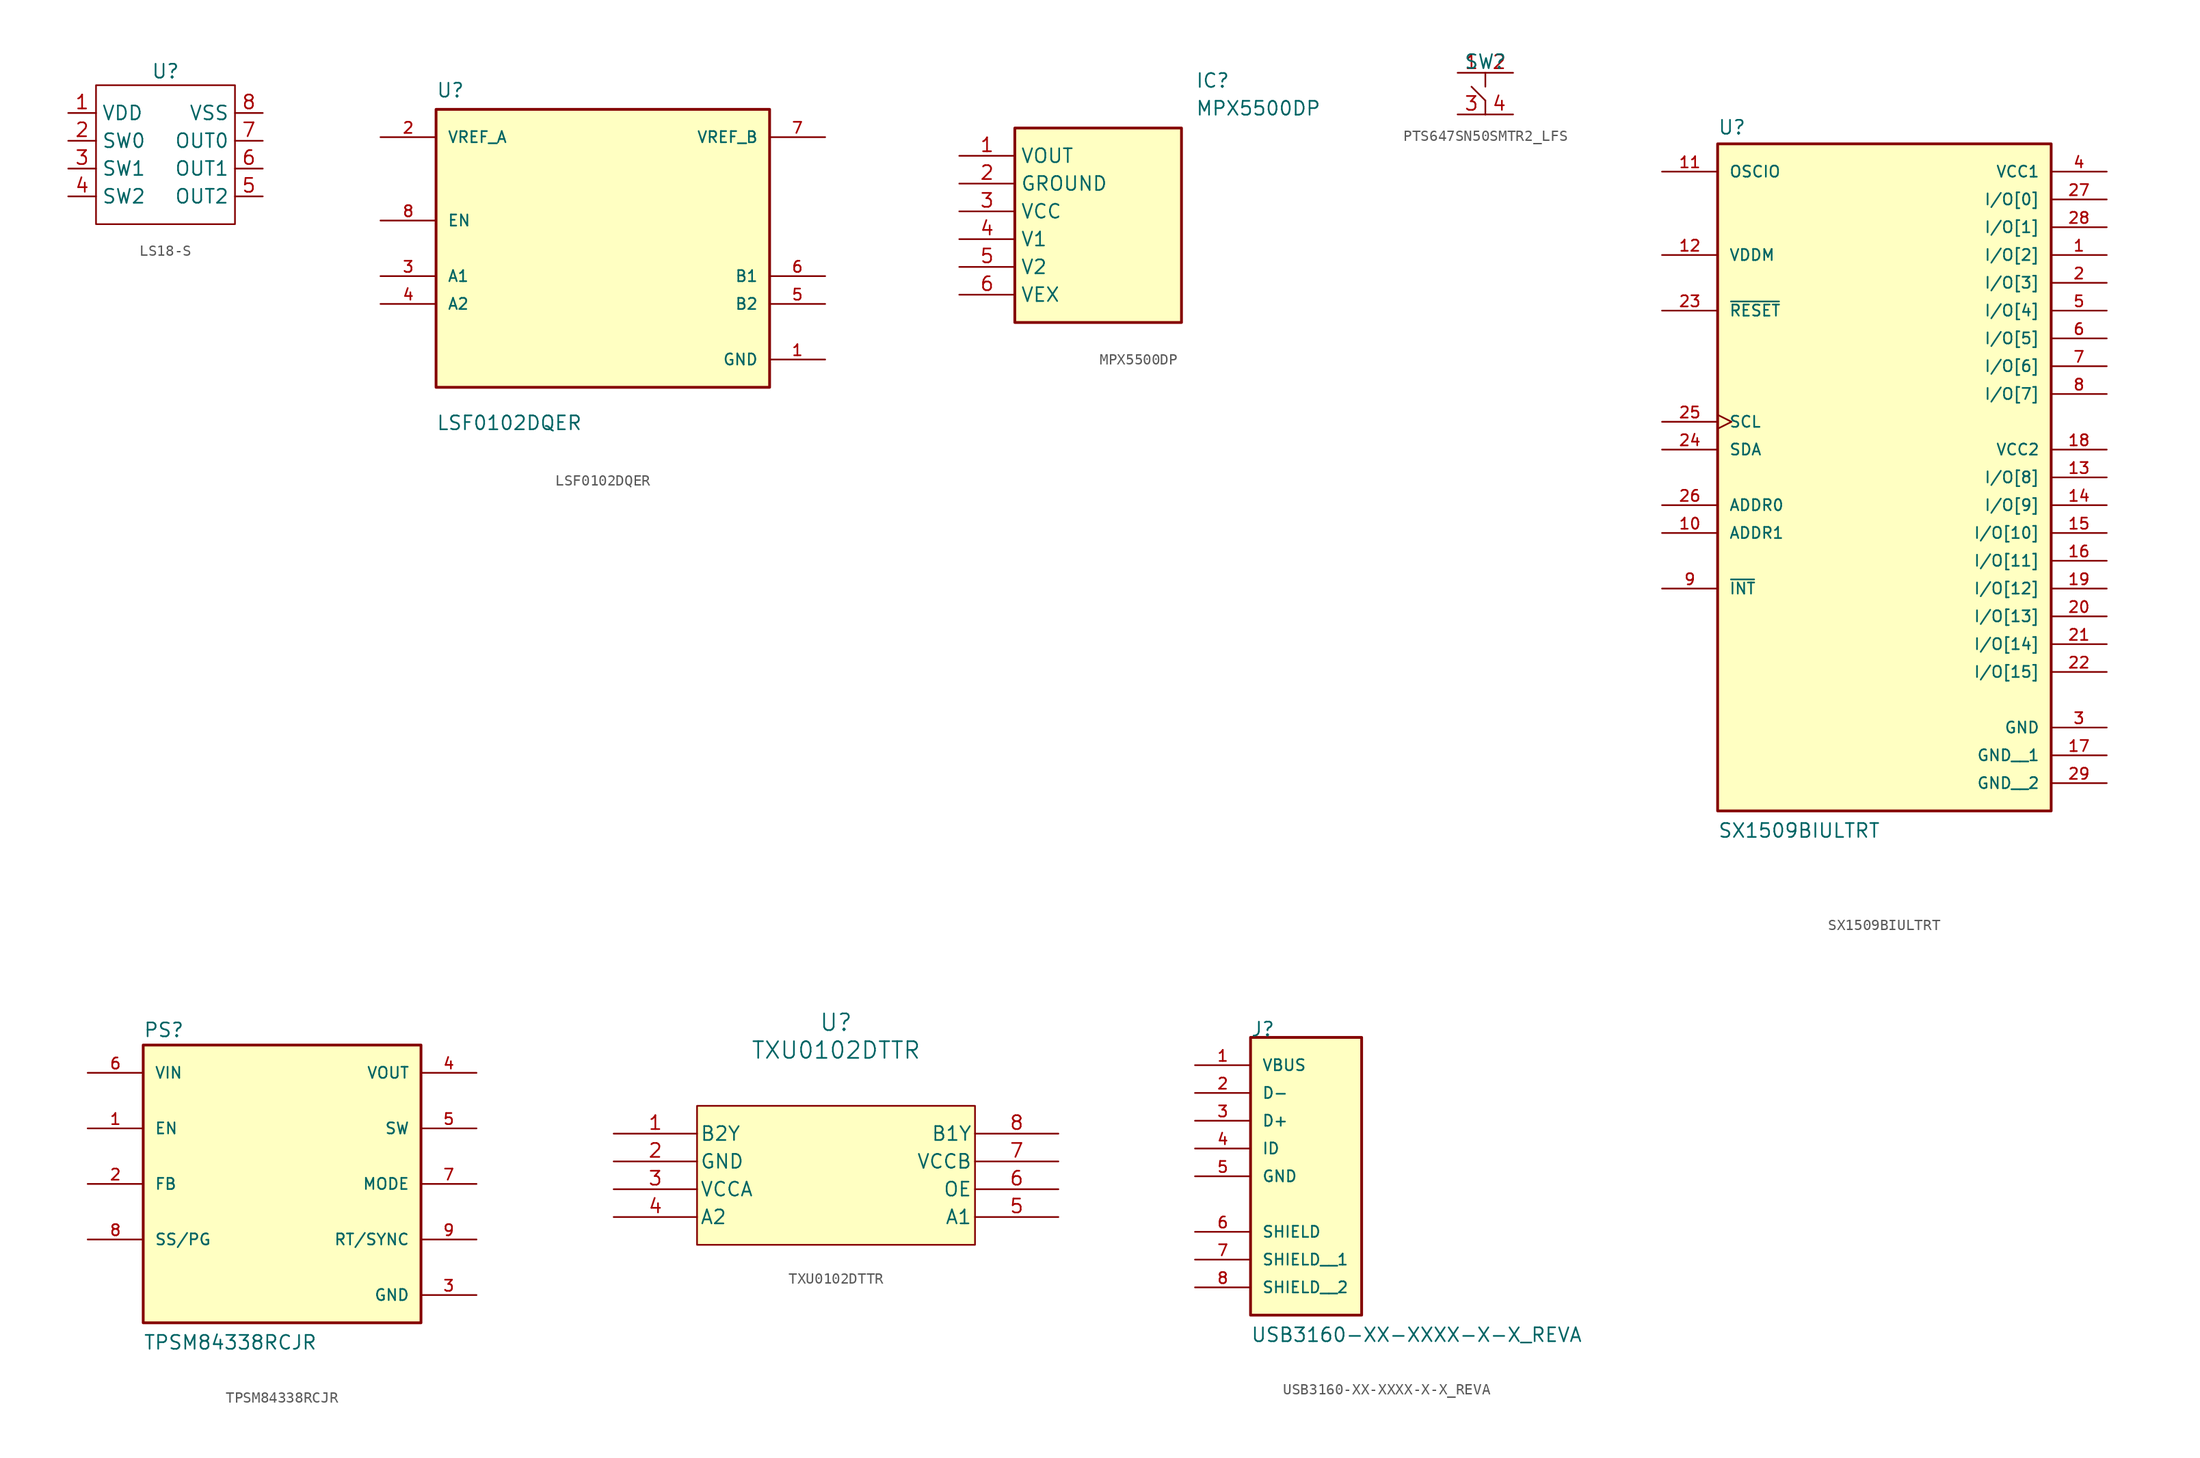
<source format=kicad_sym>
(kicad_symbol_lib
  (version 20241209)
  (generator "kicad_symbol_editor")
  (generator_version "9.0")
  (symbol "LS18-S"
    (property "Reference" "U"
      (at 0 7.62 0)
      (effects (font (size 1.27 1.27))))
    (property "Value" ""
      (at -3.81 1.27 0)
      (effects (font (size 1.27 1.27))))
    (symbol "LS18-S_0_1"
      (rectangle (start -6.35 6.35) (end 6.35 -6.35) (stroke (width 0) (type default)) (fill (type none))))
    (symbol "LS18-S_1_1"
      (pin power_in line (at -8.89 3.81 0) (length 2.54) (name "VDD" (effects (font (size 1.27 1.27)))) (number "1" (effects (font (size 1.27 1.27)))))
      (pin input line (at -8.89 1.27 0) (length 2.54) (name "SW0" (effects (font (size 1.27 1.27)))) (number "2" (effects (font (size 1.27 1.27)))))
      (pin input line (at -8.89 -1.27 0) (length 2.54) (name "SW1" (effects (font (size 1.27 1.27)))) (number "3" (effects (font (size 1.27 1.27)))))
      (pin input line (at -8.89 -3.81 0) (length 2.54) (name "SW2" (effects (font (size 1.27 1.27)))) (number "4" (effects (font (size 1.27 1.27)))))
      (pin power_in line (at 8.89 3.81 180) (length 2.54) (name "VSS" (effects (font (size 1.27 1.27)))) (number "8" (effects (font (size 1.27 1.27)))))
      (pin output line (at 8.89 1.27 180) (length 2.54) (name "OUT0" (effects (font (size 1.27 1.27)))) (number "7" (effects (font (size 1.27 1.27)))))
      (pin output line (at 8.89 -1.27 180) (length 2.54) (name "OUT1" (effects (font (size 1.27 1.27)))) (number "6" (effects (font (size 1.27 1.27)))))
      (pin power_out line (at 8.89 -3.81 180) (length 2.54) (name "OUT2" (effects (font (size 1.27 1.27)))) (number "5" (effects (font (size 1.27 1.27)))))))
  (symbol "LSF0102DQER"
    (pin_names
      (offset 1.016))
    (property "Reference" "U"
      (at -15.24 13.7 0)
      (effects (font (size 1.27 1.27)) (justify left bottom)))
    (property "Value" "LSF0102DQER"
      (at -15.24 -16.7 0)
      (effects (font (size 1.27 1.27)) (justify left bottom)))
    (symbol "LSF0102DQER_0_0"
      (rectangle (start -15.24 -12.7) (end 15.24 12.7) (stroke (width 0.254) (type default)) (fill (type background)))
      (pin input line (at -20.32 10.16 0) (length 5.08) (name "VREF_A" (effects (font (size 1.016 1.016)))) (number "2" (effects (font (size 1.016 1.016)))))
      (pin input line (at -20.32 2.54 0) (length 5.08) (name "EN" (effects (font (size 1.016 1.016)))) (number "8" (effects (font (size 1.016 1.016)))))
      (pin bidirectional line (at -20.32 -2.54 0) (length 5.08) (name "A1" (effects (font (size 1.016 1.016)))) (number "3" (effects (font (size 1.016 1.016)))))
      (pin bidirectional line (at -20.32 -5.08 0) (length 5.08) (name "A2" (effects (font (size 1.016 1.016)))) (number "4" (effects (font (size 1.016 1.016)))))
      (pin input line (at 20.32 10.16 180) (length 5.08) (name "VREF_B" (effects (font (size 1.016 1.016)))) (number "7" (effects (font (size 1.016 1.016)))))
      (pin bidirectional line (at 20.32 -2.54 180) (length 5.08) (name "B1" (effects (font (size 1.016 1.016)))) (number "6" (effects (font (size 1.016 1.016)))))
      (pin bidirectional line (at 20.32 -5.08 180) (length 5.08) (name "B2" (effects (font (size 1.016 1.016)))) (number "5" (effects (font (size 1.016 1.016)))))
      (pin power_in line (at 20.32 -10.16 180) (length 5.08) (name "GND" (effects (font (size 1.016 1.016)))) (number "1" (effects (font (size 1.016 1.016)))))))
  (symbol "MPX5500DP"
    (property "Reference" "IC"
      (at 21.59 7.62 0)
      (effects (font (size 1.27 1.27)) (justify left top)))
    (property "Value" "MPX5500DP"
      (at 21.59 5.08 0)
      (effects (font (size 1.27 1.27)) (justify left top)))
    (symbol "MPX5500DP_1_1"
      (rectangle (start 5.08 2.54) (end 20.32 -15.24) (stroke (width 0.254) (type default)) (fill (type background)))
      (pin passive line (at 0 0 0) (length 5.08) (name "VOUT" (effects (font (size 1.27 1.27)))) (number "1" (effects (font (size 1.27 1.27)))))
      (pin passive line (at 0 -2.54 0) (length 5.08) (name "GROUND" (effects (font (size 1.27 1.27)))) (number "2" (effects (font (size 1.27 1.27)))))
      (pin passive line (at 0 -5.08 0) (length 5.08) (name "VCC" (effects (font (size 1.27 1.27)))) (number "3" (effects (font (size 1.27 1.27)))))
      (pin passive line (at 0 -7.62 0) (length 5.08) (name "V1" (effects (font (size 1.27 1.27)))) (number "4" (effects (font (size 1.27 1.27)))))
      (pin passive line (at 0 -10.16 0) (length 5.08) (name "V2" (effects (font (size 1.27 1.27)))) (number "5" (effects (font (size 1.27 1.27)))))
      (pin passive line (at 0 -12.7 0) (length 5.08) (name "VEX" (effects (font (size 1.27 1.27)))) (number "6" (effects (font (size 1.27 1.27)))))))
  (symbol "PTS647SN50SMTR2_LFS"
    (property "Reference" "SW"
      (at 0 1.016 0)
      (effects (font (size 1.27 1.27))))
    (property "Value" ""
      (at 0 0 0)
      (effects (font (size 1.27 1.27))))
    (symbol "PTS647SN50SMTR2_LFS_0_1"
      (polyline (pts (xy -1.27 -1.27) (xy 0 -2.54)) (stroke (width 0) (type default)) (fill (type none)))
      (polyline (pts (xy 0 0) (xy 0 -1.27)) (stroke (width 0) (type default)) (fill (type none)))
      (polyline (pts (xy 0 -2.54) (xy 0 -3.81)) (stroke (width 0) (type default)) (fill (type none))))
    (symbol "PTS647SN50SMTR2_LFS_1_1"
      (pin input line (at -2.54 0 0) (length 2.54) (name "" (effects (font (size 1.27 1.27)))) (number "1" (effects (font (size 1.27 1.27)))))
      (pin input line (at -2.54 -3.81 0) (length 2.54) (name "" (effects (font (size 1.27 1.27)))) (number "3" (effects (font (size 1.27 1.27)))))
      (pin input line (at 2.54 0 180) (length 2.54) (name "" (effects (font (size 1.27 1.27)))) (number "2" (effects (font (size 1.27 1.27)))))
      (pin input line (at 2.54 -3.81 180) (length 2.54) (name "" (effects (font (size 1.27 1.27)))) (number "4" (effects (font (size 1.27 1.27)))))))
  (symbol "SX1509BIULTRT"
    (pin_names
      (offset 1.016))
    (property "Reference" "U"
      (at -15.24 28.702 0)
      (effects (font (size 1.27 1.27)) (justify left bottom)))
    (property "Value" "SX1509BIULTRT"
      (at -15.24 -35.56 0)
      (effects (font (size 1.27 1.27)) (justify left bottom)))
    (symbol "SX1509BIULTRT_0_0"
      (rectangle (start -15.24 -33.02) (end 15.24 27.94) (stroke (width 0.254) (type default)) (fill (type background)))
      (pin bidirectional line (at -20.32 25.4 0) (length 5.08) (name "OSCIO" (effects (font (size 1.016 1.016)))) (number "11" (effects (font (size 1.016 1.016)))))
      (pin power_in line (at -20.32 17.78 0) (length 5.08) (name "VDDM" (effects (font (size 1.016 1.016)))) (number "12" (effects (font (size 1.016 1.016)))))
      (pin input line (at -20.32 12.7 0) (length 5.08) (name "~{RESET}" (effects (font (size 1.016 1.016)))) (number "23" (effects (font (size 1.016 1.016)))))
      (pin input clock (at -20.32 2.54 0) (length 5.08) (name "SCL" (effects (font (size 1.016 1.016)))) (number "25" (effects (font (size 1.016 1.016)))))
      (pin bidirectional line (at -20.32 0 0) (length 5.08) (name "SDA" (effects (font (size 1.016 1.016)))) (number "24" (effects (font (size 1.016 1.016)))))
      (pin input line (at -20.32 -5.08 0) (length 5.08) (name "ADDR0" (effects (font (size 1.016 1.016)))) (number "26" (effects (font (size 1.016 1.016)))))
      (pin input line (at -20.32 -7.62 0) (length 5.08) (name "ADDR1" (effects (font (size 1.016 1.016)))) (number "10" (effects (font (size 1.016 1.016)))))
      (pin output line (at -20.32 -12.7 0) (length 5.08) (name "~{INT}" (effects (font (size 1.016 1.016)))) (number "9" (effects (font (size 1.016 1.016)))))
      (pin power_in line (at 20.32 25.4 180) (length 5.08) (name "VCC1" (effects (font (size 1.016 1.016)))) (number "4" (effects (font (size 1.016 1.016)))))
      (pin bidirectional line (at 20.32 22.86 180) (length 5.08) (name "I/O[0]" (effects (font (size 1.016 1.016)))) (number "27" (effects (font (size 1.016 1.016)))))
      (pin bidirectional line (at 20.32 20.32 180) (length 5.08) (name "I/O[1]" (effects (font (size 1.016 1.016)))) (number "28" (effects (font (size 1.016 1.016)))))
      (pin bidirectional line (at 20.32 17.78 180) (length 5.08) (name "I/O[2]" (effects (font (size 1.016 1.016)))) (number "1" (effects (font (size 1.016 1.016)))))
      (pin bidirectional line (at 20.32 15.24 180) (length 5.08) (name "I/O[3]" (effects (font (size 1.016 1.016)))) (number "2" (effects (font (size 1.016 1.016)))))
      (pin bidirectional line (at 20.32 12.7 180) (length 5.08) (name "I/O[4]" (effects (font (size 1.016 1.016)))) (number "5" (effects (font (size 1.016 1.016)))))
      (pin bidirectional line (at 20.32 10.16 180) (length 5.08) (name "I/O[5]" (effects (font (size 1.016 1.016)))) (number "6" (effects (font (size 1.016 1.016)))))
      (pin bidirectional line (at 20.32 7.62 180) (length 5.08) (name "I/O[6]" (effects (font (size 1.016 1.016)))) (number "7" (effects (font (size 1.016 1.016)))))
      (pin bidirectional line (at 20.32 5.08 180) (length 5.08) (name "I/O[7]" (effects (font (size 1.016 1.016)))) (number "8" (effects (font (size 1.016 1.016)))))
      (pin power_in line (at 20.32 0 180) (length 5.08) (name "VCC2" (effects (font (size 1.016 1.016)))) (number "18" (effects (font (size 1.016 1.016)))))
      (pin bidirectional line (at 20.32 -2.54 180) (length 5.08) (name "I/O[8]" (effects (font (size 1.016 1.016)))) (number "13" (effects (font (size 1.016 1.016)))))
      (pin bidirectional line (at 20.32 -5.08 180) (length 5.08) (name "I/O[9]" (effects (font (size 1.016 1.016)))) (number "14" (effects (font (size 1.016 1.016)))))
      (pin bidirectional line (at 20.32 -7.62 180) (length 5.08) (name "I/O[10]" (effects (font (size 1.016 1.016)))) (number "15" (effects (font (size 1.016 1.016)))))
      (pin bidirectional line (at 20.32 -10.16 180) (length 5.08) (name "I/O[11]" (effects (font (size 1.016 1.016)))) (number "16" (effects (font (size 1.016 1.016)))))
      (pin bidirectional line (at 20.32 -12.7 180) (length 5.08) (name "I/O[12]" (effects (font (size 1.016 1.016)))) (number "19" (effects (font (size 1.016 1.016)))))
      (pin bidirectional line (at 20.32 -15.24 180) (length 5.08) (name "I/O[13]" (effects (font (size 1.016 1.016)))) (number "20" (effects (font (size 1.016 1.016)))))
      (pin bidirectional line (at 20.32 -17.78 180) (length 5.08) (name "I/O[14]" (effects (font (size 1.016 1.016)))) (number "21" (effects (font (size 1.016 1.016)))))
      (pin bidirectional line (at 20.32 -20.32 180) (length 5.08) (name "I/O[15]" (effects (font (size 1.016 1.016)))) (number "22" (effects (font (size 1.016 1.016)))))
      (pin power_in line (at 20.32 -25.4 180) (length 5.08) (name "GND" (effects (font (size 1.016 1.016)))) (number "3" (effects (font (size 1.016 1.016)))))
      (pin power_in line (at 20.32 -27.94 180) (length 5.08) (name "GND__1" (effects (font (size 1.016 1.016)))) (number "17" (effects (font (size 1.016 1.016)))))
      (pin power_in line (at 20.32 -30.48 180) (length 5.08) (name "GND__2" (effects (font (size 1.016 1.016)))) (number "29" (effects (font (size 1.016 1.016)))))))
  (symbol "TPSM84338RCJR"
    (pin_names
      (offset 1.016))
    (property "Reference" "PS"
      (at -12.7 13.335 0)
      (effects (font (size 1.27 1.27)) (justify left bottom)))
    (property "Value" "TPSM84338RCJR"
      (at -12.7 -15.24 0)
      (effects (font (size 1.27 1.27)) (justify left bottom)))
    (symbol "TPSM84338RCJR_0_0"
      (rectangle (start -12.7 -12.7) (end 12.7 12.7) (stroke (width 0.254) (type default)) (fill (type background)))
      (pin input line (at -17.78 10.16 0) (length 5.08) (name "VIN" (effects (font (size 1.016 1.016)))) (number "6" (effects (font (size 1.016 1.016)))))
      (pin input line (at -17.78 5.08 0) (length 5.08) (name "EN" (effects (font (size 1.016 1.016)))) (number "1" (effects (font (size 1.016 1.016)))))
      (pin input line (at -17.78 0 0) (length 5.08) (name "FB" (effects (font (size 1.016 1.016)))) (number "2" (effects (font (size 1.016 1.016)))))
      (pin passive line (at -17.78 -5.08 0) (length 5.08) (name "SS/PG" (effects (font (size 1.016 1.016)))) (number "8" (effects (font (size 1.016 1.016)))))
      (pin output line (at 17.78 10.16 180) (length 5.08) (name "VOUT" (effects (font (size 1.016 1.016)))) (number "4" (effects (font (size 1.016 1.016)))))
      (pin passive line (at 17.78 5.08 180) (length 5.08) (name "SW" (effects (font (size 1.016 1.016)))) (number "5" (effects (font (size 1.016 1.016)))))
      (pin passive line (at 17.78 0 180) (length 5.08) (name "MODE" (effects (font (size 1.016 1.016)))) (number "7" (effects (font (size 1.016 1.016)))))
      (pin passive line (at 17.78 -5.08 180) (length 5.08) (name "RT/SYNC" (effects (font (size 1.016 1.016)))) (number "9" (effects (font (size 1.016 1.016)))))
      (pin power_in line (at 17.78 -10.16 180) (length 5.08) (name "GND" (effects (font (size 1.016 1.016)))) (number "3" (effects (font (size 1.016 1.016)))))))
  (symbol "TXU0102DTTR"
    (pin_names
      (offset 0.254))
    (property "Reference" "U"
      (at 20.32 10.16 0)
      (effects (font (size 1.524 1.524))))
    (property "Value" "TXU0102DTTR"
      (at 20.32 7.62 0)
      (effects (font (size 1.524 1.524))))
    (symbol "TXU0102DTTR_0_1"
      (pin output line (at 0 0 0) (length 7.62) (name "B2Y" (effects (font (size 1.27 1.27)))) (number "1" (effects (font (size 1.27 1.27)))))
      (pin power_out line (at 0 -2.54 0) (length 7.62) (name "GND" (effects (font (size 1.27 1.27)))) (number "2" (effects (font (size 1.27 1.27)))))
      (pin power_in line (at 0 -5.08 0) (length 7.62) (name "VCCA" (effects (font (size 1.27 1.27)))) (number "3" (effects (font (size 1.27 1.27)))))
      (pin input line (at 0 -7.62 0) (length 7.62) (name "A2" (effects (font (size 1.27 1.27)))) (number "4" (effects (font (size 1.27 1.27)))))
      (pin output line (at 40.64 0 180) (length 7.62) (name "B1Y" (effects (font (size 1.27 1.27)))) (number "8" (effects (font (size 1.27 1.27)))))
      (pin power_in line (at 40.64 -2.54 180) (length 7.62) (name "VCCB" (effects (font (size 1.27 1.27)))) (number "7" (effects (font (size 1.27 1.27)))))
      (pin input line (at 40.64 -5.08 180) (length 7.62) (name "OE" (effects (font (size 1.27 1.27)))) (number "6" (effects (font (size 1.27 1.27)))))
      (pin input line (at 40.64 -7.62 180) (length 7.62) (name "A1" (effects (font (size 1.27 1.27)))) (number "5" (effects (font (size 1.27 1.27))))))
    (symbol "TXU0102DTTR_1_1"
      (rectangle (start 7.62 2.54) (end 33.02 -10.16) (stroke (width 0) (type solid)) (fill (type background)))))
  (symbol "USB3160-XX-XXXX-X-X_REVA"
    (pin_names
      (offset 1.016))
    (property "Reference" "J"
      (at -5.084 10.167 0)
      (effects (font (size 1.27 1.27)) (justify left bottom)))
    (property "Value" "USB3160-XX-XXXX-X-X_REVA"
      (at -5.082 -17.785 0)
      (effects (font (size 1.27 1.27)) (justify left bottom)))
    (symbol "USB3160-XX-XXXX-X-X_REVA_0_0"
      (rectangle (start -5.08 -15.24) (end 5.08 10.16) (stroke (width 0.254) (type default)) (fill (type background)))
      (pin power_in line (at -10.16 7.62 0) (length 5.08) (name "VBUS" (effects (font (size 1.016 1.016)))) (number "1" (effects (font (size 1.016 1.016)))))
      (pin bidirectional line (at -10.16 5.08 0) (length 5.08) (name "D-" (effects (font (size 1.016 1.016)))) (number "2" (effects (font (size 1.016 1.016)))))
      (pin bidirectional line (at -10.16 2.54 0) (length 5.08) (name "D+" (effects (font (size 1.016 1.016)))) (number "3" (effects (font (size 1.016 1.016)))))
      (pin passive line (at -10.16 0 0) (length 5.08) (name "ID" (effects (font (size 1.016 1.016)))) (number "4" (effects (font (size 1.016 1.016)))))
      (pin power_in line (at -10.16 -2.54 0) (length 5.08) (name "GND" (effects (font (size 1.016 1.016)))) (number "5" (effects (font (size 1.016 1.016)))))
      (pin passive line (at -10.16 -7.62 0) (length 5.08) (name "SHIELD" (effects (font (size 1.016 1.016)))) (number "6" (effects (font (size 1.016 1.016)))))
      (pin passive line (at -10.16 -10.16 0) (length 5.08) (name "SHIELD__1" (effects (font (size 1.016 1.016)))) (number "7" (effects (font (size 1.016 1.016)))))
      (pin passive line (at -10.16 -12.7 0) (length 5.08) (name "SHIELD__2" (effects (font (size 1.016 1.016)))) (number "8" (effects (font (size 1.016 1.016))))))))
</source>
